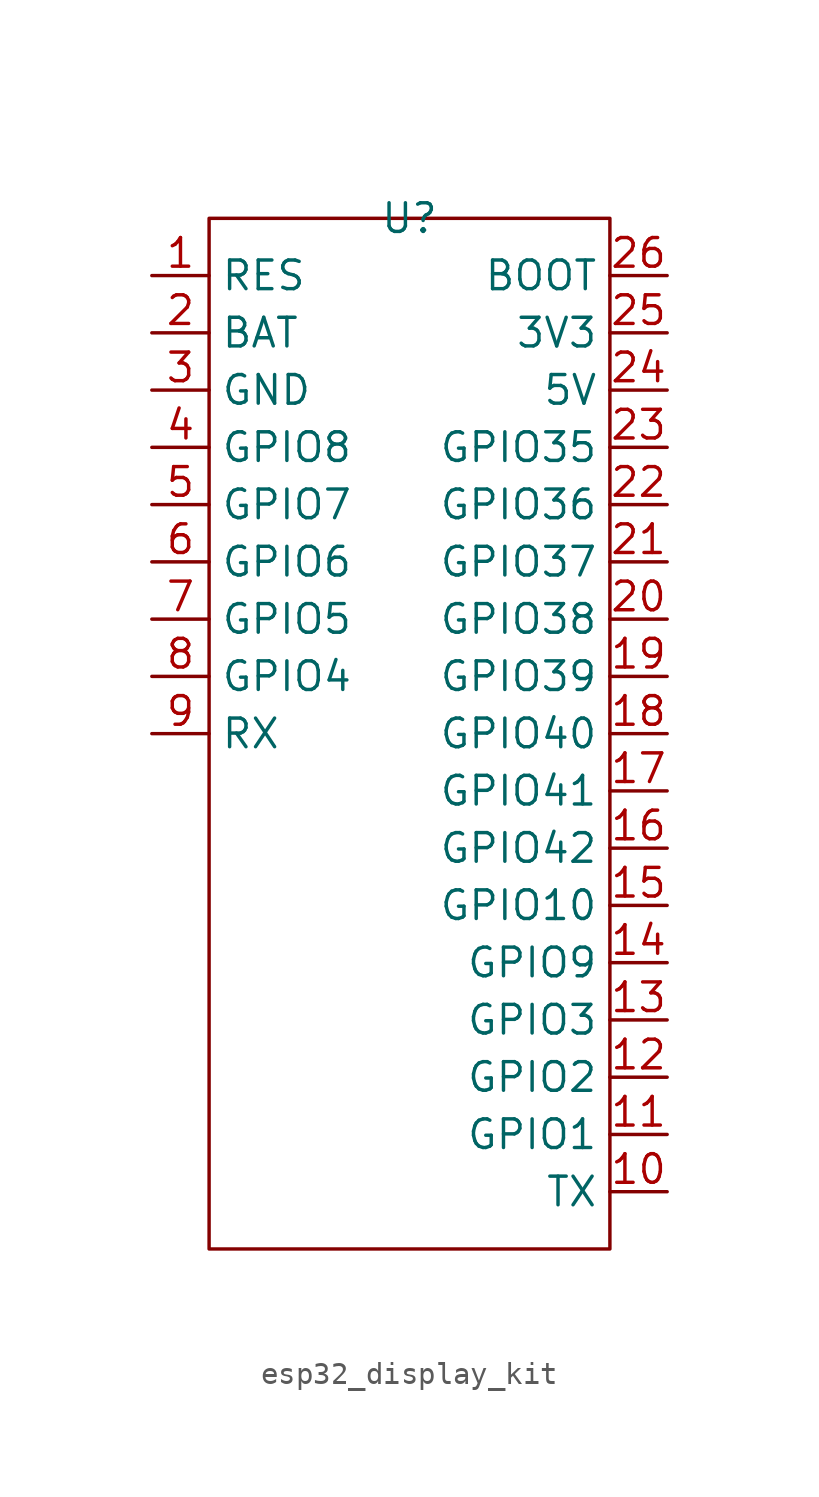
<source format=kicad_sym>
(kicad_symbol_lib
  (version 20241209)
  (generator "kicad_symbol_editor")
  (generator_version "9.0")
  (symbol "esp32_display_kit"
    (property "Reference" "U"
      (at 0 0 0)
      (effects (font (size 1.27 1.27))))
    (property "Value" ""
      (at 0 -1.27 0)
      (effects (font (size 1.27 1.27))))
    (symbol "esp32_display_kit_0_1"
      (rectangle (start -8.89 0) (end 8.89 -45.72) (stroke (width 0) (type default)) (fill (type none))))
    (symbol "esp32_display_kit_1_1"
      (pin input line (at -11.43 -2.54 0) (length 2.54) (name "RES" (effects (font (size 1.27 1.27)))) (number "1" (effects (font (size 1.27 1.27)))))
      (pin input line (at -11.43 -5.08 0) (length 2.54) (name "BAT" (effects (font (size 1.27 1.27)))) (number "2" (effects (font (size 1.27 1.27)))))
      (pin input line (at -11.43 -7.62 0) (length 2.54) (name "GND" (effects (font (size 1.27 1.27)))) (number "3" (effects (font (size 1.27 1.27)))))
      (pin input line (at -11.43 -10.16 0) (length 2.54) (name "GPIO8" (effects (font (size 1.27 1.27)))) (number "4" (effects (font (size 1.27 1.27)))))
      (pin input line (at -11.43 -12.7 0) (length 2.54) (name "GPIO7" (effects (font (size 1.27 1.27)))) (number "5" (effects (font (size 1.27 1.27)))))
      (pin input line (at -11.43 -15.24 0) (length 2.54) (name "GPIO6" (effects (font (size 1.27 1.27)))) (number "6" (effects (font (size 1.27 1.27)))))
      (pin input line (at -11.43 -17.78 0) (length 2.54) (name "GPIO5" (effects (font (size 1.27 1.27)))) (number "7" (effects (font (size 1.27 1.27)))))
      (pin input line (at -11.43 -20.32 0) (length 2.54) (name "GPIO4" (effects (font (size 1.27 1.27)))) (number "8" (effects (font (size 1.27 1.27)))))
      (pin input line (at -11.43 -22.86 0) (length 2.54) (name "RX" (effects (font (size 1.27 1.27)))) (number "9" (effects (font (size 1.27 1.27)))))
      (pin input line (at 11.43 -2.54 180) (length 2.54) (name "BOOT" (effects (font (size 1.27 1.27)))) (number "26" (effects (font (size 1.27 1.27)))))
      (pin input line (at 11.43 -5.08 180) (length 2.54) (name "3V3" (effects (font (size 1.27 1.27)))) (number "25" (effects (font (size 1.27 1.27)))))
      (pin input line (at 11.43 -7.62 180) (length 2.54) (name "5V" (effects (font (size 1.27 1.27)))) (number "24" (effects (font (size 1.27 1.27)))))
      (pin input line (at 11.43 -10.16 180) (length 2.54) (name "GPIO35" (effects (font (size 1.27 1.27)))) (number "23" (effects (font (size 1.27 1.27)))))
      (pin input line (at 11.43 -12.7 180) (length 2.54) (name "GPIO36" (effects (font (size 1.27 1.27)))) (number "22" (effects (font (size 1.27 1.27)))))
      (pin input line (at 11.43 -15.24 180) (length 2.54) (name "GPIO37" (effects (font (size 1.27 1.27)))) (number "21" (effects (font (size 1.27 1.27)))))
      (pin input line (at 11.43 -17.78 180) (length 2.54) (name "GPIO38" (effects (font (size 1.27 1.27)))) (number "20" (effects (font (size 1.27 1.27)))))
      (pin input line (at 11.43 -20.32 180) (length 2.54) (name "GPIO39" (effects (font (size 1.27 1.27)))) (number "19" (effects (font (size 1.27 1.27)))))
      (pin input line (at 11.43 -22.86 180) (length 2.54) (name "GPIO40" (effects (font (size 1.27 1.27)))) (number "18" (effects (font (size 1.27 1.27)))))
      (pin input line (at 11.43 -25.4 180) (length 2.54) (name "GPIO41" (effects (font (size 1.27 1.27)))) (number "17" (effects (font (size 1.27 1.27)))))
      (pin input line (at 11.43 -27.94 180) (length 2.54) (name "GPIO42" (effects (font (size 1.27 1.27)))) (number "16" (effects (font (size 1.27 1.27)))))
      (pin input line (at 11.43 -30.48 180) (length 2.54) (name "GPIO10" (effects (font (size 1.27 1.27)))) (number "15" (effects (font (size 1.27 1.27)))))
      (pin input line (at 11.43 -33.02 180) (length 2.54) (name "GPIO9" (effects (font (size 1.27 1.27)))) (number "14" (effects (font (size 1.27 1.27)))))
      (pin input line (at 11.43 -35.56 180) (length 2.54) (name "GPIO3" (effects (font (size 1.27 1.27)))) (number "13" (effects (font (size 1.27 1.27)))))
      (pin input line (at 11.43 -38.1 180) (length 2.54) (name "GPIO2" (effects (font (size 1.27 1.27)))) (number "12" (effects (font (size 1.27 1.27)))))
      (pin input line (at 11.43 -40.64 180) (length 2.54) (name "GPIO1" (effects (font (size 1.27 1.27)))) (number "11" (effects (font (size 1.27 1.27)))))
      (pin input line (at 11.43 -43.18 180) (length 2.54) (name "TX" (effects (font (size 1.27 1.27)))) (number "10" (effects (font (size 1.27 1.27))))))))
</source>
